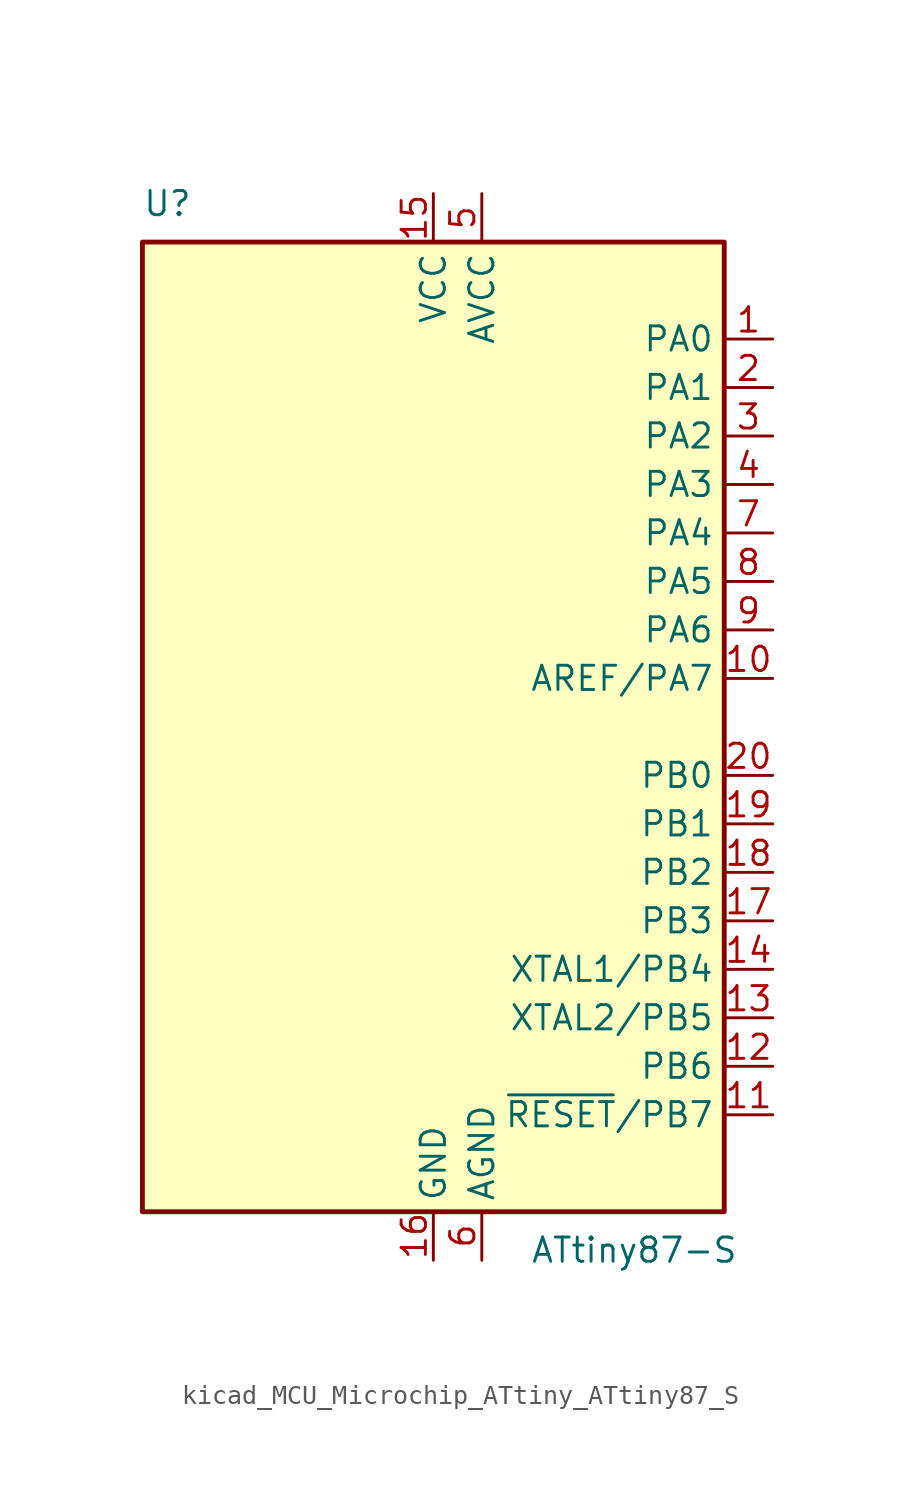
<source format=kicad_sym>
(kicad_symbol_lib
  (version 20220914)
  (generator kicad_symbol_editor)
  (symbol "kicad_MCU_Microchip_ATtiny_ATtiny87_S"
    (property "Reference" "U"
      (at -15.24 26.67 0)
      (effects (font (size 1.27 1.27)) (justify left bottom)))
    (property "Value" "ATtiny87-S"
      (at 5.08 -26.67 0)
      (effects (font (size 1.27 1.27)) (justify left top)))
    (symbol "kicad_MCU_Microchip_ATtiny_ATtiny87_S_0_1"
      (rectangle (start -15.24 -25.4) (end 15.24 25.4) (stroke (width 0.254) (type default)) (fill (type background))))
    (symbol "kicad_MCU_Microchip_ATtiny_ATtiny87_S_1_1"
      (pin bidirectional line (at 17.78 20.32 180) (length 2.54) (name "PA0" (effects (font (size 1.27 1.27)))) (number "1" (effects (font (size 1.27 1.27)))))
      (pin bidirectional line (at 17.78 2.54 180) (length 2.54) (name "AREF/PA7" (effects (font (size 1.27 1.27)))) (number "10" (effects (font (size 1.27 1.27)))))
      (pin bidirectional line (at 17.78 -20.32 180) (length 2.54) (name "~{RESET}/PB7" (effects (font (size 1.27 1.27)))) (number "11" (effects (font (size 1.27 1.27)))))
      (pin bidirectional line (at 17.78 -17.78 180) (length 2.54) (name "PB6" (effects (font (size 1.27 1.27)))) (number "12" (effects (font (size 1.27 1.27)))))
      (pin bidirectional line (at 17.78 -15.24 180) (length 2.54) (name "XTAL2/PB5" (effects (font (size 1.27 1.27)))) (number "13" (effects (font (size 1.27 1.27)))))
      (pin bidirectional line (at 17.78 -12.7 180) (length 2.54) (name "XTAL1/PB4" (effects (font (size 1.27 1.27)))) (number "14" (effects (font (size 1.27 1.27)))))
      (pin power_in line (at 0 27.94 270) (length 2.54) (name "VCC" (effects (font (size 1.27 1.27)))) (number "15" (effects (font (size 1.27 1.27)))))
      (pin power_in line (at 0 -27.94 90) (length 2.54) (name "GND" (effects (font (size 1.27 1.27)))) (number "16" (effects (font (size 1.27 1.27)))))
      (pin bidirectional line (at 17.78 -10.16 180) (length 2.54) (name "PB3" (effects (font (size 1.27 1.27)))) (number "17" (effects (font (size 1.27 1.27)))))
      (pin bidirectional line (at 17.78 -7.62 180) (length 2.54) (name "PB2" (effects (font (size 1.27 1.27)))) (number "18" (effects (font (size 1.27 1.27)))))
      (pin bidirectional line (at 17.78 -5.08 180) (length 2.54) (name "PB1" (effects (font (size 1.27 1.27)))) (number "19" (effects (font (size 1.27 1.27)))))
      (pin bidirectional line (at 17.78 17.78 180) (length 2.54) (name "PA1" (effects (font (size 1.27 1.27)))) (number "2" (effects (font (size 1.27 1.27)))))
      (pin bidirectional line (at 17.78 -2.54 180) (length 2.54) (name "PB0" (effects (font (size 1.27 1.27)))) (number "20" (effects (font (size 1.27 1.27)))))
      (pin bidirectional line (at 17.78 15.24 180) (length 2.54) (name "PA2" (effects (font (size 1.27 1.27)))) (number "3" (effects (font (size 1.27 1.27)))))
      (pin bidirectional line (at 17.78 12.7 180) (length 2.54) (name "PA3" (effects (font (size 1.27 1.27)))) (number "4" (effects (font (size 1.27 1.27)))))
      (pin power_in line (at 2.54 27.94 270) (length 2.54) (name "AVCC" (effects (font (size 1.27 1.27)))) (number "5" (effects (font (size 1.27 1.27)))))
      (pin power_in line (at 2.54 -27.94 90) (length 2.54) (name "AGND" (effects (font (size 1.27 1.27)))) (number "6" (effects (font (size 1.27 1.27)))))
      (pin bidirectional line (at 17.78 10.16 180) (length 2.54) (name "PA4" (effects (font (size 1.27 1.27)))) (number "7" (effects (font (size 1.27 1.27)))))
      (pin bidirectional line (at 17.78 7.62 180) (length 2.54) (name "PA5" (effects (font (size 1.27 1.27)))) (number "8" (effects (font (size 1.27 1.27)))))
      (pin bidirectional line (at 17.78 5.08 180) (length 2.54) (name "PA6" (effects (font (size 1.27 1.27)))) (number "9" (effects (font (size 1.27 1.27))))))))
</source>
